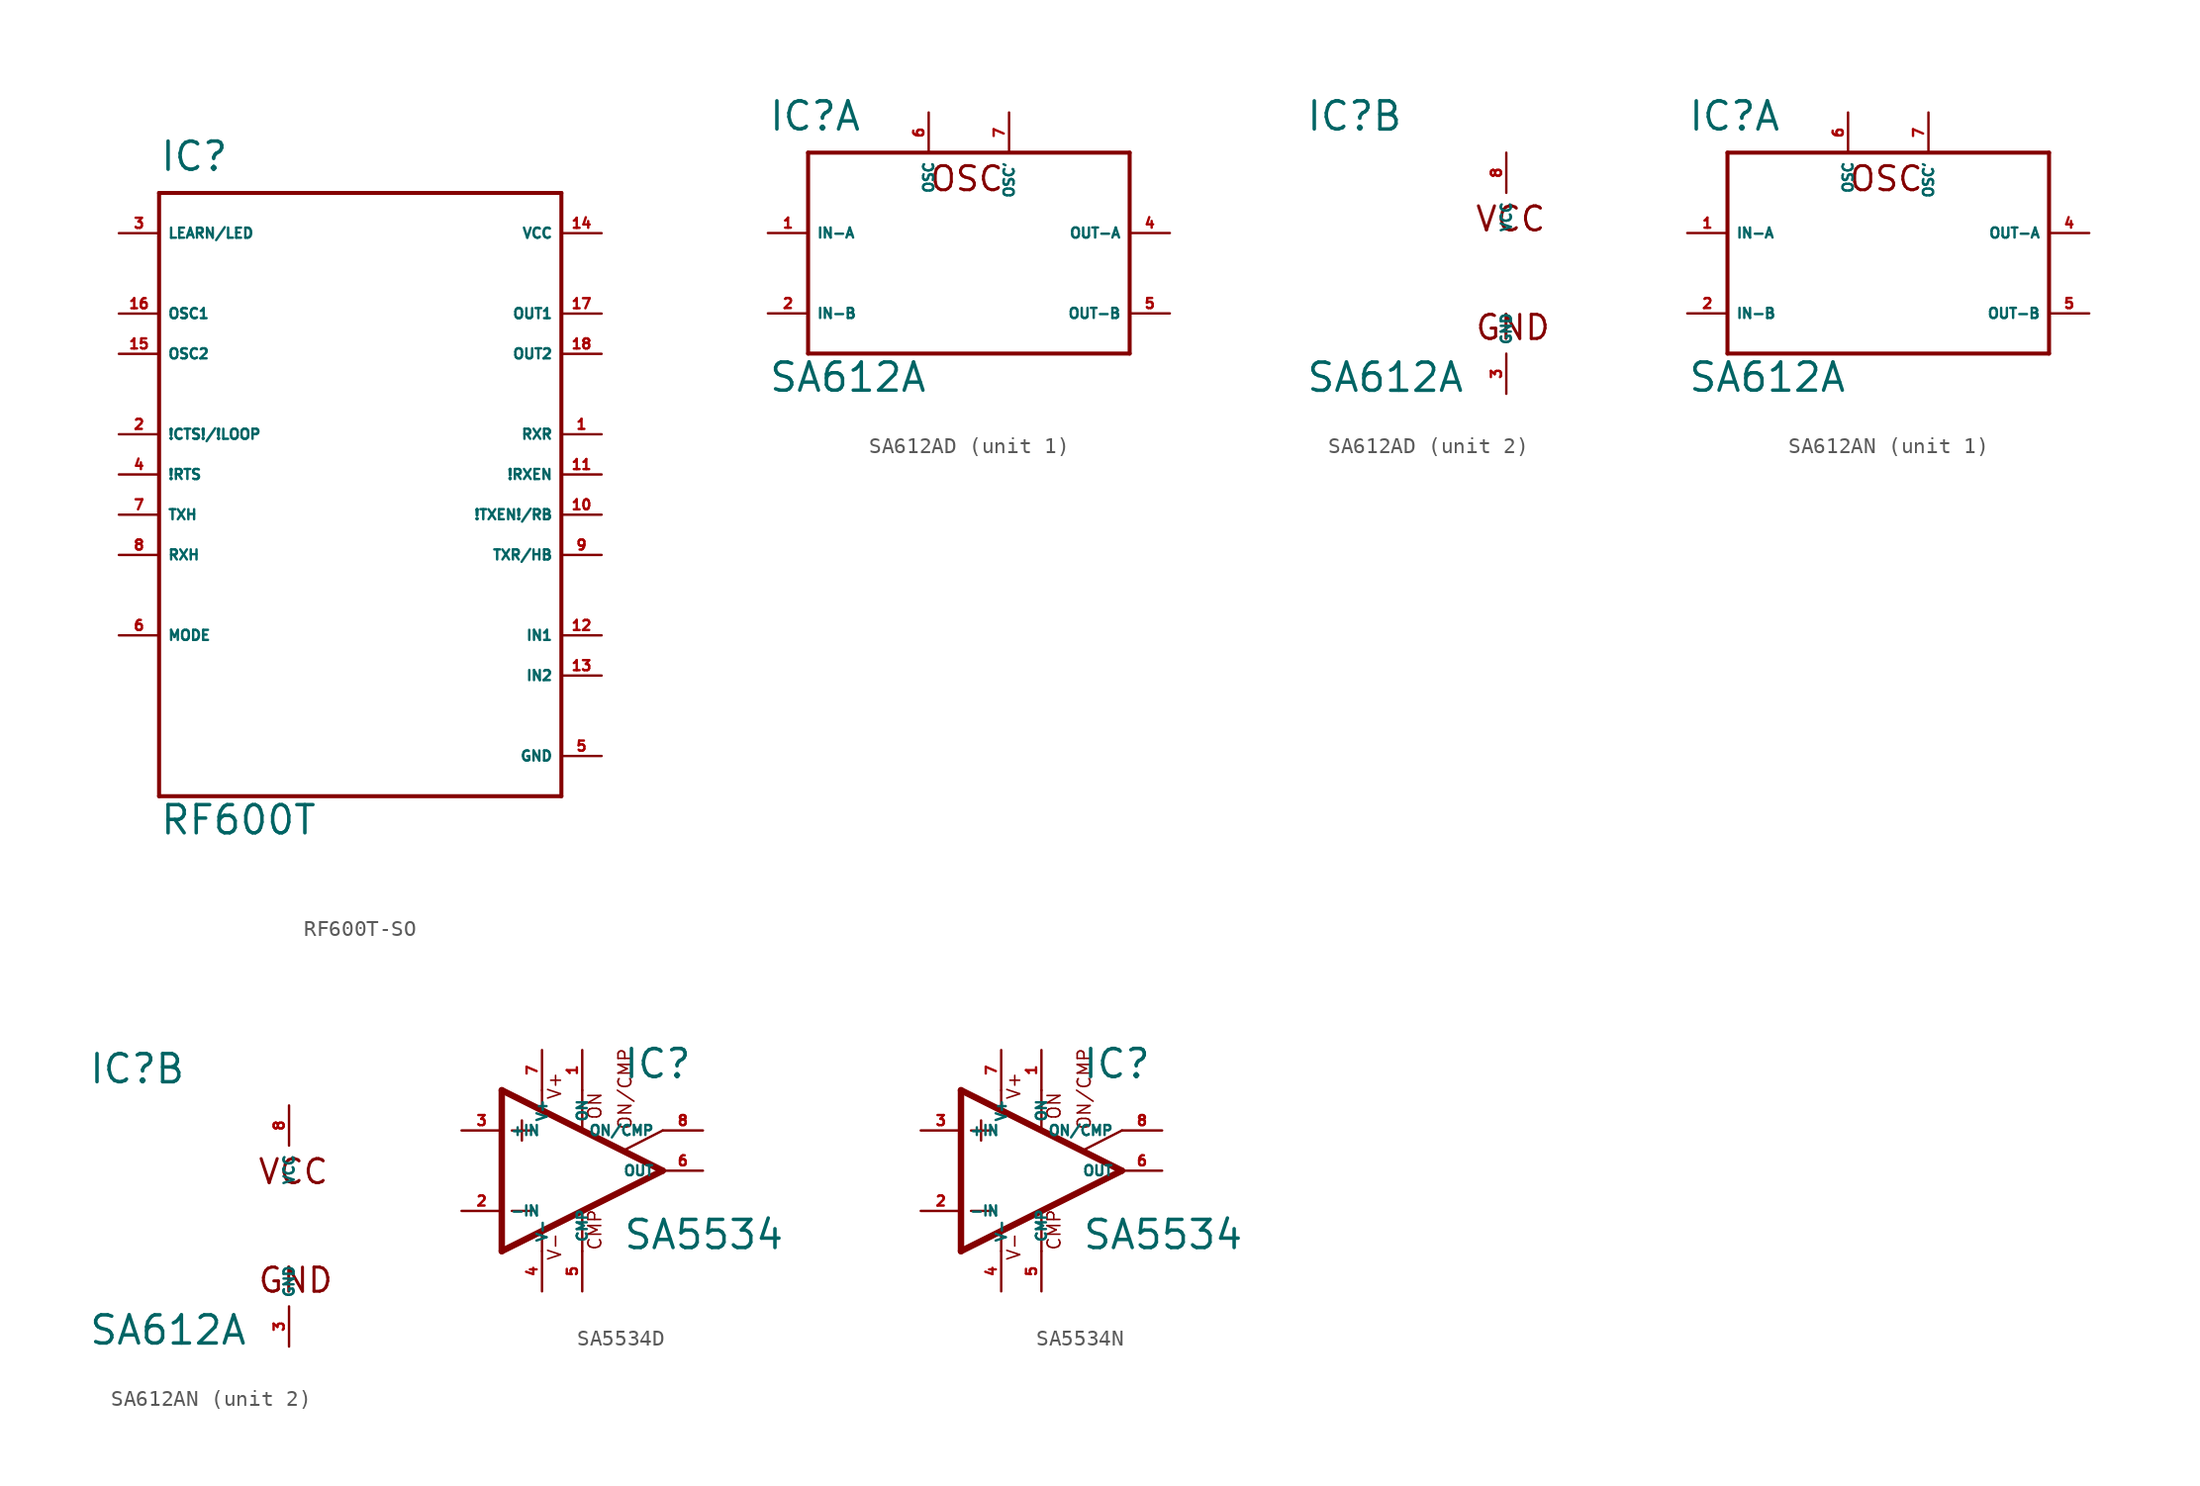
<source format=kicad_sym>
(kicad_symbol_lib
  (version 20220914)
  (generator Eagle2Kicad)
  (symbol "RF600T-SO"
    (property "Reference" "IC"
      (at -12.7 19.05 0)
      (effects (font (size 1.778 1.778) (thickness 0.22)) (justify left bottom)))
    (property "Value" "RF600T"
      (at -12.7 -22.86 0)
      (effects (font (size 1.778 1.778) (thickness 0.22)) (justify left bottom)))
    (polyline
      (pts (xy -12.7 17.78) (xy 12.7 17.78))
      (stroke (width 0.254) (type default))
      (fill (type none)))
    (polyline
      (pts (xy 12.7 17.78) (xy 12.7 -20.32))
      (stroke (width 0.254) (type default))
      (fill (type none)))
    (polyline
      (pts (xy 12.7 -20.32) (xy -12.7 -20.32))
      (stroke (width 0.254) (type default))
      (fill (type none)))
    (polyline
      (pts (xy -12.7 -20.32) (xy -12.7 17.78))
      (stroke (width 0.254) (type default))
      (fill (type none)))
    (pin input line
      (at 15.24 2.54 180)
      (length 2.54)
      (name "RXR" (effects (font (size 0.635 0.635) (thickness 0.08)) (justify left bottom)))
      (number "1" (effects (font (size 0.635 0.635) (thickness 0.08)) (justify left bottom))))
    (pin input line
      (at -15.24 2.54 0)
      (length 2.54)
      (name "!CTS!/!LOOP" (effects (font (size 0.635 0.635) (thickness 0.08)) (justify left bottom)))
      (number "2" (effects (font (size 0.635 0.635) (thickness 0.08)) (justify left bottom))))
    (pin bidirectional line
      (at -15.24 15.24 0)
      (length 2.54)
      (name "LEARN/LED" (effects (font (size 0.635 0.635) (thickness 0.08)) (justify left bottom)))
      (number "3" (effects (font (size 0.635 0.635) (thickness 0.08)) (justify left bottom))))
    (pin input line
      (at -15.24 0 0)
      (length 2.54)
      (name "!RTS" (effects (font (size 0.635 0.635) (thickness 0.08)) (justify left bottom)))
      (number "4" (effects (font (size 0.635 0.635) (thickness 0.08)) (justify left bottom))))
    (pin input line
      (at 15.24 -17.78 180)
      (length 2.54)
      (name "GND" (effects (font (size 0.635 0.635) (thickness 0.08)) (justify left bottom)))
      (number "5" (effects (font (size 0.635 0.635) (thickness 0.08)) (justify left bottom))))
    (pin input line
      (at -15.24 -10.16 0)
      (length 2.54)
      (name "MODE" (effects (font (size 0.635 0.635) (thickness 0.08)) (justify left bottom)))
      (number "6" (effects (font (size 0.635 0.635) (thickness 0.08)) (justify left bottom))))
    (pin input line
      (at -15.24 -2.54 0)
      (length 2.54)
      (name "TXH" (effects (font (size 0.635 0.635) (thickness 0.08)) (justify left bottom)))
      (number "7" (effects (font (size 0.635 0.635) (thickness 0.08)) (justify left bottom))))
    (pin output line
      (at -15.24 -5.08 0)
      (length 2.54)
      (name "RXH" (effects (font (size 0.635 0.635) (thickness 0.08)) (justify left bottom)))
      (number "8" (effects (font (size 0.635 0.635) (thickness 0.08)) (justify left bottom))))
    (pin bidirectional line
      (at 15.24 -5.08 180)
      (length 2.54)
      (name "TXR/HB" (effects (font (size 0.635 0.635) (thickness 0.08)) (justify left bottom)))
      (number "9" (effects (font (size 0.635 0.635) (thickness 0.08)) (justify left bottom))))
    (pin bidirectional line
      (at 15.24 -2.54 180)
      (length 2.54)
      (name "!TXEN!/RB" (effects (font (size 0.635 0.635) (thickness 0.08)) (justify left bottom)))
      (number "10" (effects (font (size 0.635 0.635) (thickness 0.08)) (justify left bottom))))
    (pin output line
      (at 15.24 0 180)
      (length 2.54)
      (name "!RXEN" (effects (font (size 0.635 0.635) (thickness 0.08)) (justify left bottom)))
      (number "11" (effects (font (size 0.635 0.635) (thickness 0.08)) (justify left bottom))))
    (pin input line
      (at 15.24 -10.16 180)
      (length 2.54)
      (name "IN1" (effects (font (size 0.635 0.635) (thickness 0.08)) (justify left bottom)))
      (number "12" (effects (font (size 0.635 0.635) (thickness 0.08)) (justify left bottom))))
    (pin input line
      (at 15.24 -12.7 180)
      (length 2.54)
      (name "IN2" (effects (font (size 0.635 0.635) (thickness 0.08)) (justify left bottom)))
      (number "13" (effects (font (size 0.635 0.635) (thickness 0.08)) (justify left bottom))))
    (pin output line
      (at -15.24 7.62 0)
      (length 2.54)
      (name "OSC2" (effects (font (size 0.635 0.635) (thickness 0.08)) (justify left bottom)))
      (number "15" (effects (font (size 0.635 0.635) (thickness 0.08)) (justify left bottom))))
    (pin input line
      (at -15.24 10.16 0)
      (length 2.54)
      (name "OSC1" (effects (font (size 0.635 0.635) (thickness 0.08)) (justify left bottom)))
      (number "16" (effects (font (size 0.635 0.635) (thickness 0.08)) (justify left bottom))))
    (pin output line
      (at 15.24 10.16 180)
      (length 2.54)
      (name "OUT1" (effects (font (size 0.635 0.635) (thickness 0.08)) (justify left bottom)))
      (number "17" (effects (font (size 0.635 0.635) (thickness 0.08)) (justify left bottom))))
    (pin output line
      (at 15.24 7.62 180)
      (length 2.54)
      (name "OUT2" (effects (font (size 0.635 0.635) (thickness 0.08)) (justify left bottom)))
      (number "18" (effects (font (size 0.635 0.635) (thickness 0.08)) (justify left bottom))))
    (pin input line
      (at 15.24 15.24 180)
      (length 2.54)
      (name "VCC" (effects (font (size 0.635 0.635) (thickness 0.08)) (justify left bottom)))
      (number "14" (effects (font (size 0.635 0.635) (thickness 0.08)) (justify left bottom)))))
  (symbol "SA612AD"
    (property "Reference" "IC"
      (at -12.7 8.89 0)
      (effects (font (size 1.778 1.778) (thickness 0.22)) (justify left bottom)))
    (property "Value" "SA612A"
      (at -12.7 -7.62 0)
      (effects (font (size 1.778 1.778) (thickness 0.22)) (justify left bottom)))
    (symbol "SA612AD_1_0"
      (polyline (pts (xy -10.16 7.62) (xy 10.16 7.62)) (stroke (width 0.254) (type default)) (fill (type none)))
      (polyline (pts (xy 10.16 7.62) (xy 10.16 -5.08)) (stroke (width 0.254) (type default)) (fill (type none)))
      (polyline (pts (xy 10.16 -5.08) (xy -10.16 -5.08)) (stroke (width 0.254) (type default)) (fill (type none)))
      (polyline (pts (xy -10.16 -5.08) (xy -10.16 7.62)) (stroke (width 0.254) (type default)) (fill (type none)))
      (text "OSC" (at -2.54 5.08 0) (effects (font (size 1.524 1.524) (thickness 0.19)) (justify left bottom)))
      (pin input line (at -12.7 2.54 0) (length 2.54) (name "IN-A" (effects (font (size 0.635 0.635) (thickness 0.08)) (justify left bottom))) (number "1" (effects (font (size 0.635 0.635) (thickness 0.08)) (justify left bottom))))
      (pin input line (at -12.7 -2.54 0) (length 2.54) (name "IN-B" (effects (font (size 0.635 0.635) (thickness 0.08)) (justify left bottom))) (number "2" (effects (font (size 0.635 0.635) (thickness 0.08)) (justify left bottom))))
      (pin input line (at 12.7 2.54 180) (length 2.54) (name "OUT-A" (effects (font (size 0.635 0.635) (thickness 0.08)) (justify left bottom))) (number "4" (effects (font (size 0.635 0.635) (thickness 0.08)) (justify left bottom))))
      (pin input line (at 12.7 -2.54 180) (length 2.54) (name "OUT-B" (effects (font (size 0.635 0.635) (thickness 0.08)) (justify left bottom))) (number "5" (effects (font (size 0.635 0.635) (thickness 0.08)) (justify left bottom))))
      (pin passive line (at 2.54 10.16 270) (length 2.54) (name "OSC'" (effects (font (size 0.635 0.635) (thickness 0.08)) (justify left bottom))) (number "7" (effects (font (size 0.635 0.635) (thickness 0.08)) (justify left bottom))))
      (pin passive line (at -2.54 10.16 270) (length 2.54) (name "OSC" (effects (font (size 0.635 0.635) (thickness 0.08)) (justify left bottom))) (number "6" (effects (font (size 0.635 0.635) (thickness 0.08)) (justify left bottom)))))
    (symbol "SA612AD_2_0"
      (text "VCC" (at -2.032 2.54 0) (effects (font (size 1.524 1.524) (thickness 0.19)) (justify left bottom)))
      (text "GND" (at -2.032 -4.318 0) (effects (font (size 1.524 1.524) (thickness 0.19)) (justify left bottom)))
      (pin unspecified line (at 0 7.62 270) (length 2.54) (name "VCC" (effects (font (size 0.635 0.635) (thickness 0.08)) (justify left bottom))) (number "8" (effects (font (size 0.635 0.635) (thickness 0.08)) (justify left bottom))))
      (pin unspecified line (at 0 -7.62 90) (length 2.54) (name "GND" (effects (font (size 0.635 0.635) (thickness 0.08)) (justify left bottom))) (number "3" (effects (font (size 0.635 0.635) (thickness 0.08)) (justify left bottom))))))
  (symbol "SA612AN"
    (property "Reference" "IC"
      (at -12.7 8.89 0)
      (effects (font (size 1.778 1.778) (thickness 0.22)) (justify left bottom)))
    (property "Value" "SA612A"
      (at -12.7 -7.62 0)
      (effects (font (size 1.778 1.778) (thickness 0.22)) (justify left bottom)))
    (symbol "SA612AN_1_0"
      (polyline (pts (xy -10.16 7.62) (xy 10.16 7.62)) (stroke (width 0.254) (type default)) (fill (type none)))
      (polyline (pts (xy 10.16 7.62) (xy 10.16 -5.08)) (stroke (width 0.254) (type default)) (fill (type none)))
      (polyline (pts (xy 10.16 -5.08) (xy -10.16 -5.08)) (stroke (width 0.254) (type default)) (fill (type none)))
      (polyline (pts (xy -10.16 -5.08) (xy -10.16 7.62)) (stroke (width 0.254) (type default)) (fill (type none)))
      (text "OSC" (at -2.54 5.08 0) (effects (font (size 1.524 1.524) (thickness 0.19)) (justify left bottom)))
      (pin input line (at -12.7 2.54 0) (length 2.54) (name "IN-A" (effects (font (size 0.635 0.635) (thickness 0.08)) (justify left bottom))) (number "1" (effects (font (size 0.635 0.635) (thickness 0.08)) (justify left bottom))))
      (pin input line (at -12.7 -2.54 0) (length 2.54) (name "IN-B" (effects (font (size 0.635 0.635) (thickness 0.08)) (justify left bottom))) (number "2" (effects (font (size 0.635 0.635) (thickness 0.08)) (justify left bottom))))
      (pin input line (at 12.7 2.54 180) (length 2.54) (name "OUT-A" (effects (font (size 0.635 0.635) (thickness 0.08)) (justify left bottom))) (number "4" (effects (font (size 0.635 0.635) (thickness 0.08)) (justify left bottom))))
      (pin input line (at 12.7 -2.54 180) (length 2.54) (name "OUT-B" (effects (font (size 0.635 0.635) (thickness 0.08)) (justify left bottom))) (number "5" (effects (font (size 0.635 0.635) (thickness 0.08)) (justify left bottom))))
      (pin passive line (at 2.54 10.16 270) (length 2.54) (name "OSC'" (effects (font (size 0.635 0.635) (thickness 0.08)) (justify left bottom))) (number "7" (effects (font (size 0.635 0.635) (thickness 0.08)) (justify left bottom))))
      (pin passive line (at -2.54 10.16 270) (length 2.54) (name "OSC" (effects (font (size 0.635 0.635) (thickness 0.08)) (justify left bottom))) (number "6" (effects (font (size 0.635 0.635) (thickness 0.08)) (justify left bottom)))))
    (symbol "SA612AN_2_0"
      (text "VCC" (at -2.032 2.54 0) (effects (font (size 1.524 1.524) (thickness 0.19)) (justify left bottom)))
      (text "GND" (at -2.032 -4.318 0) (effects (font (size 1.524 1.524) (thickness 0.19)) (justify left bottom)))
      (pin unspecified line (at 0 7.62 270) (length 2.54) (name "VCC" (effects (font (size 0.635 0.635) (thickness 0.08)) (justify left bottom))) (number "8" (effects (font (size 0.635 0.635) (thickness 0.08)) (justify left bottom))))
      (pin unspecified line (at 0 -7.62 90) (length 2.54) (name "GND" (effects (font (size 0.635 0.635) (thickness 0.08)) (justify left bottom))) (number "3" (effects (font (size 0.635 0.635) (thickness 0.08)) (justify left bottom))))))
  (symbol "SA5534D"
    (property "Reference" "IC"
      (at 2.54 5.715 0)
      (effects (font (size 1.778 1.778) (thickness 0.22)) (justify left bottom)))
    (property "Value" "SA5534"
      (at 2.54 -5.08 0)
      (effects (font (size 1.778 1.778) (thickness 0.22)) (justify left bottom)))
    (polyline
      (pts (xy -3.81 3.175) (xy -3.81 1.905))
      (stroke (width 0.152) (type default))
      (fill (type none)))
    (polyline
      (pts (xy -4.445 2.54) (xy -3.175 2.54))
      (stroke (width 0.152) (type default))
      (fill (type none)))
    (polyline
      (pts (xy -4.445 -2.54) (xy -3.175 -2.54))
      (stroke (width 0.152) (type default))
      (fill (type none)))
    (polyline
      (pts (xy -5.08 5.08) (xy -5.08 -5.08))
      (stroke (width 0.406) (type default))
      (fill (type none)))
    (polyline
      (pts (xy -2.54 5.08) (xy -2.54 3.886))
      (stroke (width 0.152) (type default))
      (fill (type none)))
    (polyline
      (pts (xy 0 5.08) (xy 0 2.616))
      (stroke (width 0.152) (type default))
      (fill (type none)))
    (polyline
      (pts (xy 0 -5.08) (xy 0 -2.616))
      (stroke (width 0.152) (type default))
      (fill (type none)))
    (polyline
      (pts (xy 2.692 1.321) (xy 5.08 2.54))
      (stroke (width 0.152) (type default))
      (fill (type none)))
    (polyline
      (pts (xy -5.08 5.08) (xy 5.08 0))
      (stroke (width 0.406) (type default))
      (fill (type none)))
    (polyline
      (pts (xy -2.54 -3.886) (xy -2.54 -5.08))
      (stroke (width 0.152) (type default))
      (fill (type none)))
    (polyline
      (pts (xy -5.08 -5.08) (xy 5.08 0))
      (stroke (width 0.406) (type default))
      (fill (type none)))
    (text "ON"
      (at 1.27 3.175 900)
      (effects (font (size 0.813 0.813) (thickness 0.10)) (justify left bottom)))
    (text "CMP"
      (at 1.27 -5.08 900)
      (effects (font (size 0.813 0.813) (thickness 0.10)) (justify left bottom)))
    (text "ON/CMP"
      (at 3.175 2.54 900)
      (effects (font (size 0.813 0.813) (thickness 0.10)) (justify left bottom)))
    (text "V+"
      (at -1.27 4.445 900)
      (effects (font (size 0.813 0.813) (thickness 0.10)) (justify left bottom)))
    (text "V-"
      (at -1.27 -5.715 900)
      (effects (font (size 0.813 0.813) (thickness 0.10)) (justify left bottom)))
    (pin passive line
      (at 7.62 2.54 180)
      (length 2.54)
      (name "ON/CMP" (effects (font (size 0.635 0.635) (thickness 0.08)) (justify left bottom)))
      (number "8" (effects (font (size 0.635 0.635) (thickness 0.08)) (justify left bottom))))
    (pin input line
      (at -7.62 -2.54 0)
      (length 2.54)
      (name "-IN" (effects (font (size 0.635 0.635) (thickness 0.08)) (justify left bottom)))
      (number "2" (effects (font (size 0.635 0.635) (thickness 0.08)) (justify left bottom))))
    (pin input line
      (at -7.62 2.54 0)
      (length 2.54)
      (name "+IN" (effects (font (size 0.635 0.635) (thickness 0.08)) (justify left bottom)))
      (number "3" (effects (font (size 0.635 0.635) (thickness 0.08)) (justify left bottom))))
    (pin passive line
      (at 0 7.62 270)
      (length 2.54)
      (name "ON" (effects (font (size 0.635 0.635) (thickness 0.08)) (justify left bottom)))
      (number "1" (effects (font (size 0.635 0.635) (thickness 0.08)) (justify left bottom))))
    (pin output line
      (at 7.62 0 180)
      (length 2.54)
      (name "OUT" (effects (font (size 0.635 0.635) (thickness 0.08)) (justify left bottom)))
      (number "6" (effects (font (size 0.635 0.635) (thickness 0.08)) (justify left bottom))))
    (pin passive line
      (at 0 -7.62 90)
      (length 2.54)
      (name "CMP" (effects (font (size 0.635 0.635) (thickness 0.08)) (justify left bottom)))
      (number "5" (effects (font (size 0.635 0.635) (thickness 0.08)) (justify left bottom))))
    (pin unspecified line
      (at -2.54 7.62 270)
      (length 2.54)
      (name "V+" (effects (font (size 0.635 0.635) (thickness 0.08)) (justify left bottom)))
      (number "7" (effects (font (size 0.635 0.635) (thickness 0.08)) (justify left bottom))))
    (pin unspecified line
      (at -2.54 -7.62 90)
      (length 2.54)
      (name "V-" (effects (font (size 0.635 0.635) (thickness 0.08)) (justify left bottom)))
      (number "4" (effects (font (size 0.635 0.635) (thickness 0.08)) (justify left bottom)))))
  (symbol "SA5534N"
    (property "Reference" "IC"
      (at 2.54 5.715 0)
      (effects (font (size 1.778 1.778) (thickness 0.22)) (justify left bottom)))
    (property "Value" "SA5534"
      (at 2.54 -5.08 0)
      (effects (font (size 1.778 1.778) (thickness 0.22)) (justify left bottom)))
    (polyline
      (pts (xy -3.81 3.175) (xy -3.81 1.905))
      (stroke (width 0.152) (type default))
      (fill (type none)))
    (polyline
      (pts (xy -4.445 2.54) (xy -3.175 2.54))
      (stroke (width 0.152) (type default))
      (fill (type none)))
    (polyline
      (pts (xy -4.445 -2.54) (xy -3.175 -2.54))
      (stroke (width 0.152) (type default))
      (fill (type none)))
    (polyline
      (pts (xy -5.08 5.08) (xy -5.08 -5.08))
      (stroke (width 0.406) (type default))
      (fill (type none)))
    (polyline
      (pts (xy -2.54 5.08) (xy -2.54 3.886))
      (stroke (width 0.152) (type default))
      (fill (type none)))
    (polyline
      (pts (xy 0 5.08) (xy 0 2.616))
      (stroke (width 0.152) (type default))
      (fill (type none)))
    (polyline
      (pts (xy 0 -5.08) (xy 0 -2.616))
      (stroke (width 0.152) (type default))
      (fill (type none)))
    (polyline
      (pts (xy 2.692 1.321) (xy 5.08 2.54))
      (stroke (width 0.152) (type default))
      (fill (type none)))
    (polyline
      (pts (xy -5.08 5.08) (xy 5.08 0))
      (stroke (width 0.406) (type default))
      (fill (type none)))
    (polyline
      (pts (xy -2.54 -3.886) (xy -2.54 -5.08))
      (stroke (width 0.152) (type default))
      (fill (type none)))
    (polyline
      (pts (xy -5.08 -5.08) (xy 5.08 0))
      (stroke (width 0.406) (type default))
      (fill (type none)))
    (text "ON"
      (at 1.27 3.175 900)
      (effects (font (size 0.813 0.813) (thickness 0.10)) (justify left bottom)))
    (text "CMP"
      (at 1.27 -5.08 900)
      (effects (font (size 0.813 0.813) (thickness 0.10)) (justify left bottom)))
    (text "ON/CMP"
      (at 3.175 2.54 900)
      (effects (font (size 0.813 0.813) (thickness 0.10)) (justify left bottom)))
    (text "V+"
      (at -1.27 4.445 900)
      (effects (font (size 0.813 0.813) (thickness 0.10)) (justify left bottom)))
    (text "V-"
      (at -1.27 -5.715 900)
      (effects (font (size 0.813 0.813) (thickness 0.10)) (justify left bottom)))
    (pin passive line
      (at 7.62 2.54 180)
      (length 2.54)
      (name "ON/CMP" (effects (font (size 0.635 0.635) (thickness 0.08)) (justify left bottom)))
      (number "8" (effects (font (size 0.635 0.635) (thickness 0.08)) (justify left bottom))))
    (pin input line
      (at -7.62 -2.54 0)
      (length 2.54)
      (name "-IN" (effects (font (size 0.635 0.635) (thickness 0.08)) (justify left bottom)))
      (number "2" (effects (font (size 0.635 0.635) (thickness 0.08)) (justify left bottom))))
    (pin input line
      (at -7.62 2.54 0)
      (length 2.54)
      (name "+IN" (effects (font (size 0.635 0.635) (thickness 0.08)) (justify left bottom)))
      (number "3" (effects (font (size 0.635 0.635) (thickness 0.08)) (justify left bottom))))
    (pin passive line
      (at 0 7.62 270)
      (length 2.54)
      (name "ON" (effects (font (size 0.635 0.635) (thickness 0.08)) (justify left bottom)))
      (number "1" (effects (font (size 0.635 0.635) (thickness 0.08)) (justify left bottom))))
    (pin output line
      (at 7.62 0 180)
      (length 2.54)
      (name "OUT" (effects (font (size 0.635 0.635) (thickness 0.08)) (justify left bottom)))
      (number "6" (effects (font (size 0.635 0.635) (thickness 0.08)) (justify left bottom))))
    (pin passive line
      (at 0 -7.62 90)
      (length 2.54)
      (name "CMP" (effects (font (size 0.635 0.635) (thickness 0.08)) (justify left bottom)))
      (number "5" (effects (font (size 0.635 0.635) (thickness 0.08)) (justify left bottom))))
    (pin unspecified line
      (at -2.54 7.62 270)
      (length 2.54)
      (name "V+" (effects (font (size 0.635 0.635) (thickness 0.08)) (justify left bottom)))
      (number "7" (effects (font (size 0.635 0.635) (thickness 0.08)) (justify left bottom))))
    (pin unspecified line
      (at -2.54 -7.62 90)
      (length 2.54)
      (name "V-" (effects (font (size 0.635 0.635) (thickness 0.08)) (justify left bottom)))
      (number "4" (effects (font (size 0.635 0.635) (thickness 0.08)) (justify left bottom))))))
</source>
